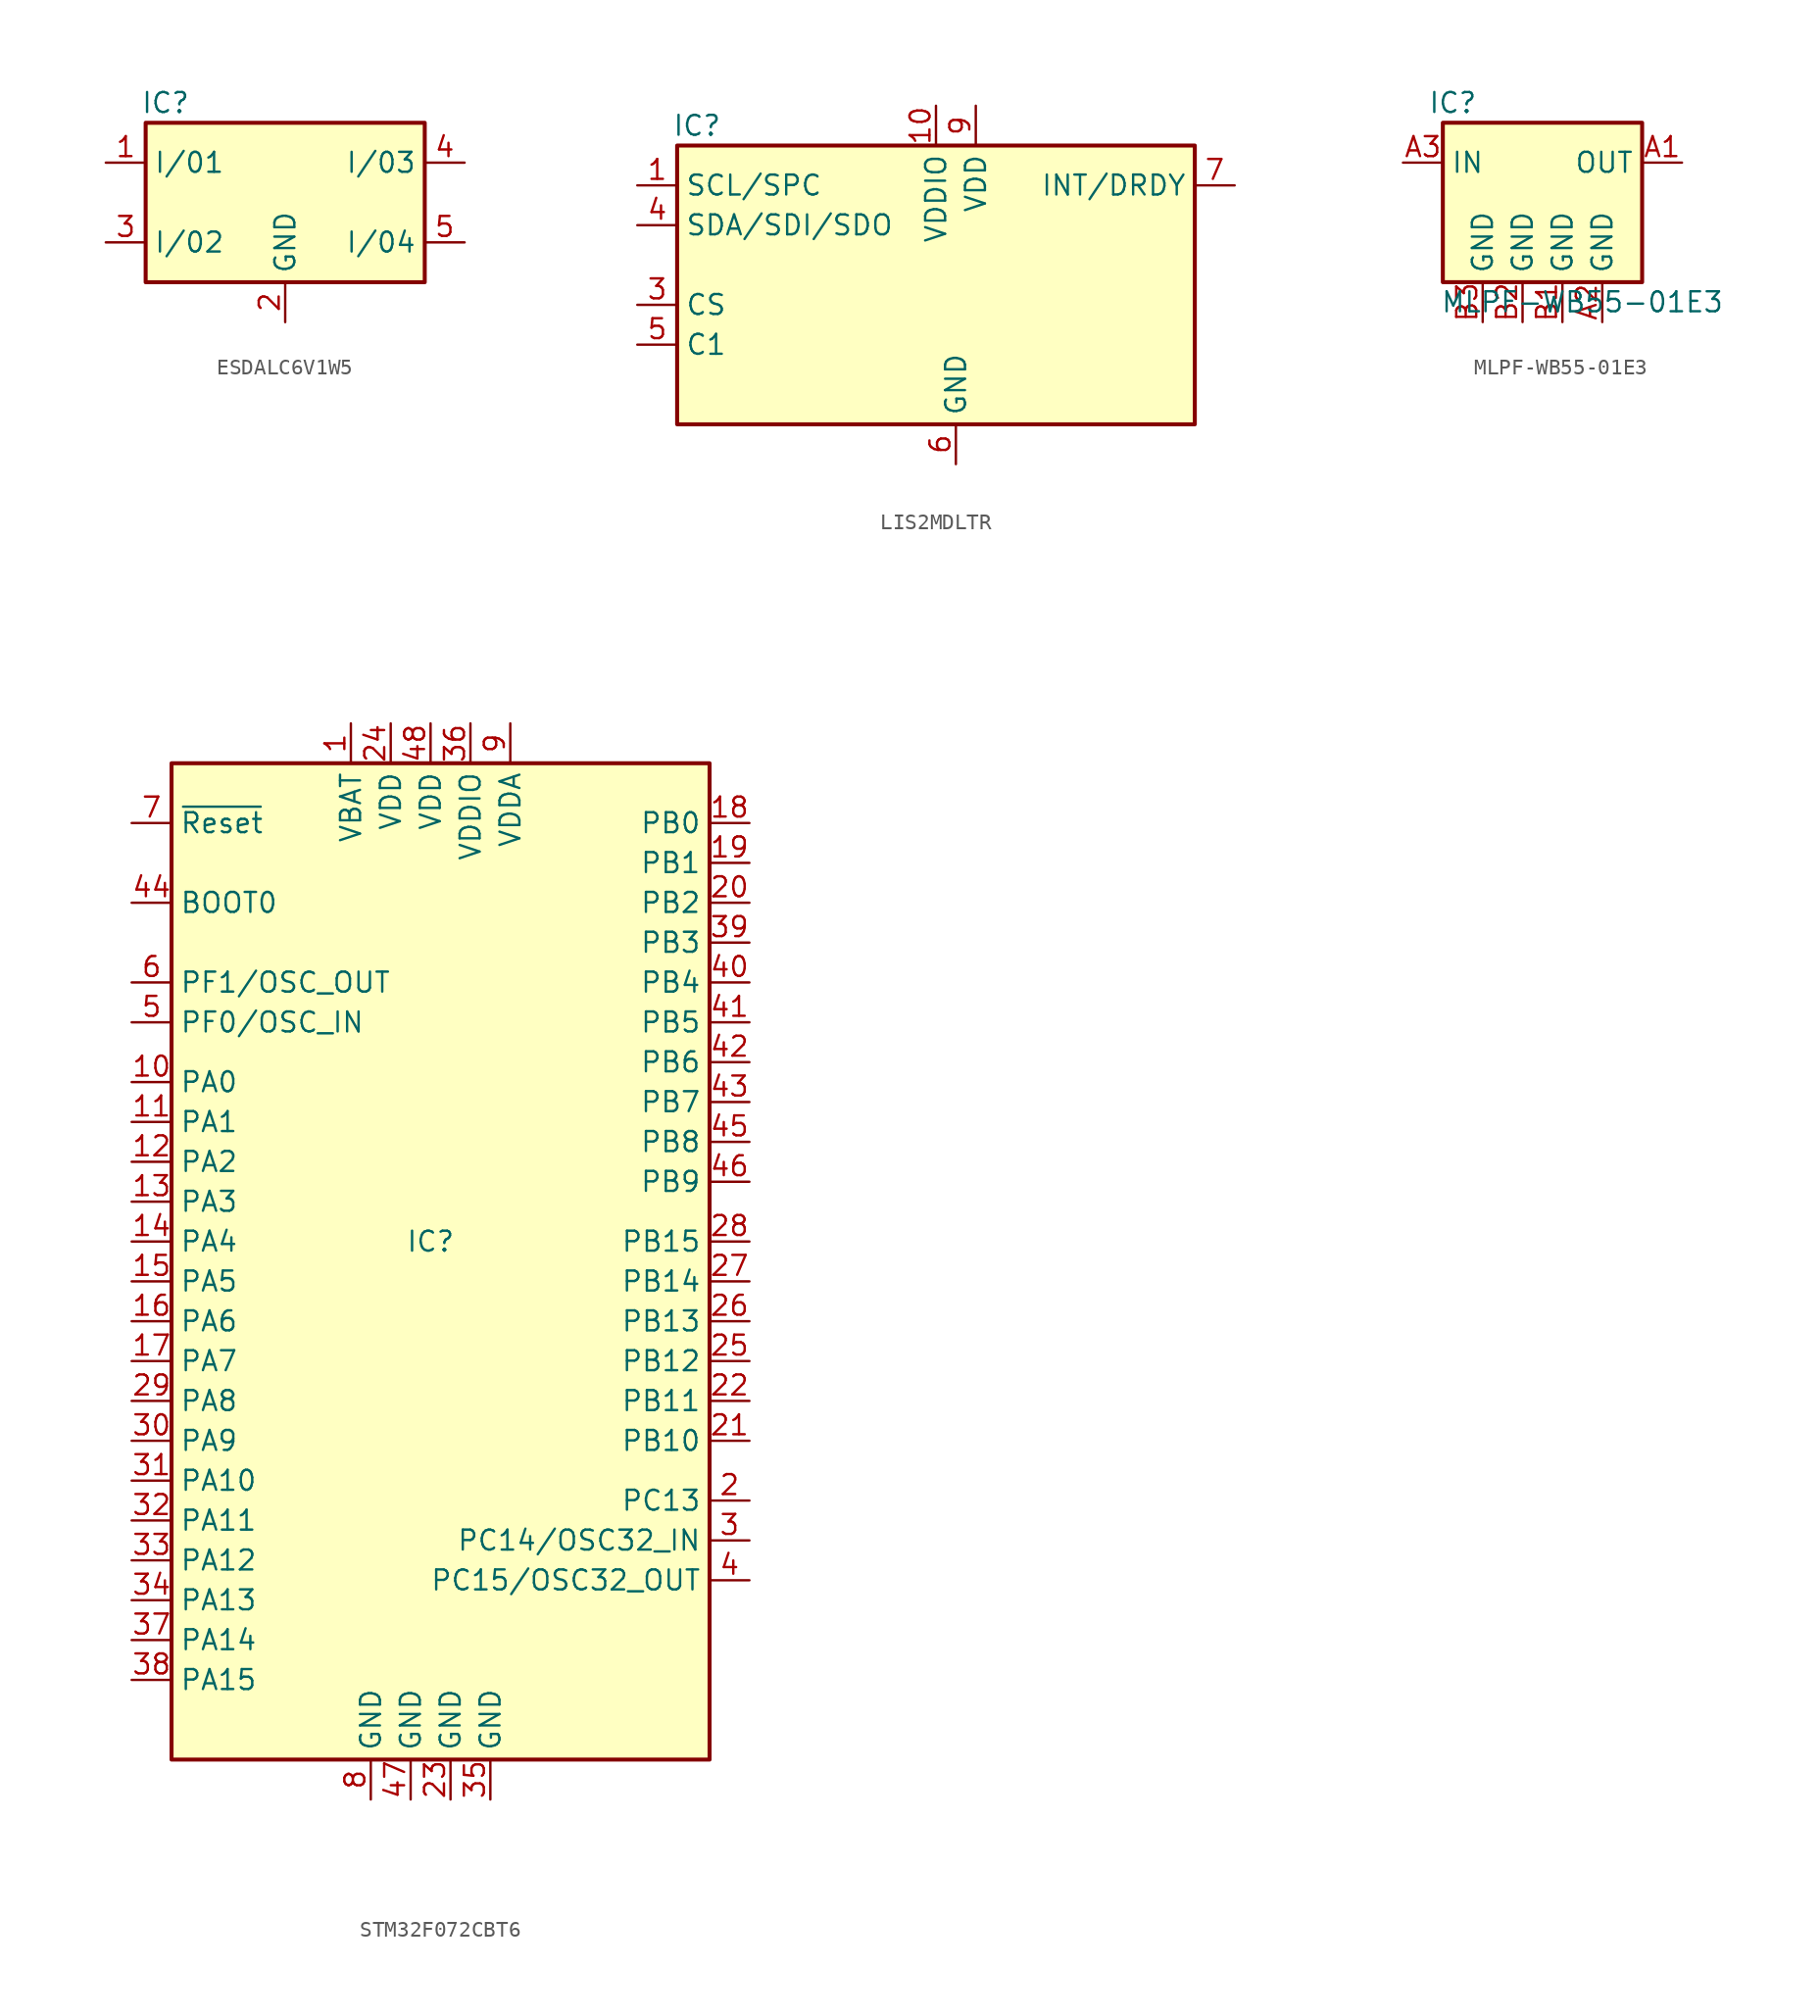
<source format=kicad_sym>
(kicad_symbol_lib
  (version 20231120)
  (generator "kicad_symbol_editor")
  (generator_version "8.0")
  (symbol "ESDALC6V1W5"
    (property "Reference" "IC"
      (at -7.62 6.35 0)
      (effects (font (size 1.27 1.27))))
    (property "Value" ""
      (at 0 0 0)
      (effects (font (size 1.27 1.27))))
    (symbol "ESDALC6V1W5_1_0"
      (pin bidirectional line (at -11.43 2.54 0) (length 2.54) (name "I/01" (effects (font (size 1.27 1.27)))) (number "1" (effects (font (size 1.27 1.27)))))
      (pin power_in line (at 0 -7.62 90) (length 2.54) (name "GND" (effects (font (size 1.27 1.27)))) (number "2" (effects (font (size 1.27 1.27)))))
      (pin bidirectional line (at -11.43 -2.54 0) (length 2.54) (name "I/02" (effects (font (size 1.27 1.27)))) (number "3" (effects (font (size 1.27 1.27)))))
      (pin bidirectional line (at 11.43 2.54 180) (length 2.54) (name "I/03" (effects (font (size 1.27 1.27)))) (number "4" (effects (font (size 1.27 1.27)))))
      (pin bidirectional line (at 11.43 -2.54 180) (length 2.54) (name "I/04" (effects (font (size 1.27 1.27)))) (number "5" (effects (font (size 1.27 1.27))))))
    (symbol "ESDALC6V1W5_1_1"
      (polyline (pts (xy -8.89 5.08) (xy 8.89 5.08) (xy 8.89 -5.08) (xy -8.89 -5.08) (xy -8.89 5.08)) (stroke (width 0.254) (type default)) (fill (type background)))))
  (symbol "LIS2MDLTR"
    (property "Reference" "IC"
      (at -16.51 11.43 0)
      (effects (font (size 1.27 1.27))))
    (property "Value" ""
      (at 0 0 0)
      (effects (font (size 1.27 1.27))))
    (symbol "LIS2MDLTR_1_0"
      (pin passive line (at -20.32 7.62 0) (length 2.54) (name "SCL/SPC" (effects (font (size 1.27 1.27)))) (number "1" (effects (font (size 1.27 1.27)))))
      (pin power_in line (at -1.27 12.7 270) (length 2.54) (name "VDDIO" (effects (font (size 1.27 1.27)))) (number "10" (effects (font (size 1.27 1.27)))))
      (pin no_connect line (at 17.78 -2.54 180) (length 2.54) hide (name "NC" (effects (font (size 1.27 1.27)))) (number "11" (effects (font (size 1.27 1.27)))))
      (pin no_connect line (at 17.78 -5.08 180) (length 2.54) hide (name "NC" (effects (font (size 1.27 1.27)))) (number "12" (effects (font (size 1.27 1.27)))))
      (pin no_connect line (at 17.78 0 180) (length 2.54) hide (name "NC" (effects (font (size 1.27 1.27)))) (number "2" (effects (font (size 1.27 1.27)))))
      (pin passive line (at -20.32 0 0) (length 2.54) (name "CS" (effects (font (size 1.27 1.27)))) (number "3" (effects (font (size 1.27 1.27)))))
      (pin passive line (at -20.32 5.08 0) (length 2.54) (name "SDA/SDI/SDO" (effects (font (size 1.27 1.27)))) (number "4" (effects (font (size 1.27 1.27)))))
      (pin passive line (at -20.32 -2.54 0) (length 2.54) (name "C1" (effects (font (size 1.27 1.27)))) (number "5" (effects (font (size 1.27 1.27)))))
      (pin passive line (at 0 -10.16 90) (length 2.54) (name "GND" (effects (font (size 1.27 1.27)))) (number "6" (effects (font (size 1.27 1.27)))))
      (pin passive line (at 17.78 7.62 180) (length 2.54) (name "INT/DRDY" (effects (font (size 1.27 1.27)))) (number "7" (effects (font (size 1.27 1.27)))))
      (pin passive line (at 0 -10.16 90) (length 2.54) hide (name "GND" (effects (font (size 1.27 1.27)))) (number "8" (effects (font (size 1.27 1.27)))))
      (pin power_in line (at 1.27 12.7 270) (length 2.54) (name "VDD" (effects (font (size 1.27 1.27)))) (number "9" (effects (font (size 1.27 1.27))))))
    (symbol "LIS2MDLTR_1_1"
      (polyline (pts (xy -17.78 10.16) (xy 15.24 10.16) (xy 15.24 -7.62) (xy -17.78 -7.62) (xy -17.78 10.16)) (stroke (width 0.254) (type default)) (fill (type background)))))
  (symbol "MLPF-WB55-01E3"
    (property "Reference" "IC"
      (at -5.715 3.81 0)
      (effects (font (size 1.27 1.27))))
    (property "Value" "MLPF-WB55-01E3"
      (at 2.54 -8.89 0)
      (effects (font (size 1.27 1.27))))
    (symbol "MLPF-WB55-01E3_1_1"
      (rectangle (start -6.35 2.54) (end 6.35 -7.62) (stroke (width 0.254) (type default)) (fill (type background)))
      (pin output line (at 8.89 0 180) (length 2.54) (name "OUT" (effects (font (size 1.27 1.27)))) (number "A1" (effects (font (size 1.27 1.27)))))
      (pin passive line (at 3.81 -10.16 90) (length 2.54) (name "GND" (effects (font (size 1.27 1.27)))) (number "A2" (effects (font (size 1.27 1.27)))))
      (pin input line (at -8.89 0 0) (length 2.54) (name "IN" (effects (font (size 1.27 1.27)))) (number "A3" (effects (font (size 1.27 1.27)))))
      (pin passive line (at 1.27 -10.16 90) (length 2.54) (name "GND" (effects (font (size 1.27 1.27)))) (number "B1" (effects (font (size 1.27 1.27)))))
      (pin passive line (at -1.27 -10.16 90) (length 2.54) (name "GND" (effects (font (size 1.27 1.27)))) (number "B2" (effects (font (size 1.27 1.27)))))
      (pin passive line (at -3.81 -10.16 90) (length 2.54) (name "GND" (effects (font (size 1.27 1.27)))) (number "B3" (effects (font (size 1.27 1.27)))))))
  (symbol "STM32F072CBT6"
    (property "Reference" "IC"
      (at 0 0 0)
      (effects (font (size 1.27 1.27))))
    (property "Value" ""
      (at 0 0 0)
      (effects (font (size 1.27 1.27))))
    (symbol "STM32F072CBT6_1_0"
      (pin power_in line (at -5.08 33.02 270) (length 2.54) (name "VBAT" (effects (font (size 1.27 1.27)))) (number "1" (effects (font (size 1.27 1.27)))))
      (pin bidirectional line (at -19.05 10.16 0) (length 2.54) (name "PA0" (effects (font (size 1.27 1.27)))) (number "10" (effects (font (size 1.27 1.27)))))
      (pin bidirectional line (at -19.05 7.62 0) (length 2.54) (name "PA1" (effects (font (size 1.27 1.27)))) (number "11" (effects (font (size 1.27 1.27)))))
      (pin bidirectional line (at -19.05 5.08 0) (length 2.54) (name "PA2" (effects (font (size 1.27 1.27)))) (number "12" (effects (font (size 1.27 1.27)))))
      (pin bidirectional line (at -19.05 2.54 0) (length 2.54) (name "PA3" (effects (font (size 1.27 1.27)))) (number "13" (effects (font (size 1.27 1.27)))))
      (pin bidirectional line (at -19.05 0 0) (length 2.54) (name "PA4" (effects (font (size 1.27 1.27)))) (number "14" (effects (font (size 1.27 1.27)))))
      (pin bidirectional line (at -19.05 -2.54 0) (length 2.54) (name "PA5" (effects (font (size 1.27 1.27)))) (number "15" (effects (font (size 1.27 1.27)))))
      (pin bidirectional line (at -19.05 -5.08 0) (length 2.54) (name "PA6" (effects (font (size 1.27 1.27)))) (number "16" (effects (font (size 1.27 1.27)))))
      (pin bidirectional line (at -19.05 -7.62 0) (length 2.54) (name "PA7" (effects (font (size 1.27 1.27)))) (number "17" (effects (font (size 1.27 1.27)))))
      (pin bidirectional line (at 20.32 26.67 180) (length 2.54) (name "PB0" (effects (font (size 1.27 1.27)))) (number "18" (effects (font (size 1.27 1.27)))))
      (pin bidirectional line (at 20.32 24.13 180) (length 2.54) (name "PB1" (effects (font (size 1.27 1.27)))) (number "19" (effects (font (size 1.27 1.27)))))
      (pin bidirectional line (at 20.32 -16.51 180) (length 2.54) (name "PC13" (effects (font (size 1.27 1.27)))) (number "2" (effects (font (size 1.27 1.27)))))
      (pin bidirectional line (at 20.32 21.59 180) (length 2.54) (name "PB2" (effects (font (size 1.27 1.27)))) (number "20" (effects (font (size 1.27 1.27)))))
      (pin bidirectional line (at 20.32 -12.7 180) (length 2.54) (name "PB10" (effects (font (size 1.27 1.27)))) (number "21" (effects (font (size 1.27 1.27)))))
      (pin bidirectional line (at 20.32 -10.16 180) (length 2.54) (name "PB11" (effects (font (size 1.27 1.27)))) (number "22" (effects (font (size 1.27 1.27)))))
      (pin passive line (at 1.27 -35.56 90) (length 2.54) (name "GND" (effects (font (size 1.27 1.27)))) (number "23" (effects (font (size 1.27 1.27)))))
      (pin power_in line (at -2.54 33.02 270) (length 2.54) (name "VDD" (effects (font (size 1.27 1.27)))) (number "24" (effects (font (size 1.27 1.27)))))
      (pin bidirectional line (at 20.32 -7.62 180) (length 2.54) (name "PB12" (effects (font (size 1.27 1.27)))) (number "25" (effects (font (size 1.27 1.27)))))
      (pin bidirectional line (at 20.32 -5.08 180) (length 2.54) (name "PB13" (effects (font (size 1.27 1.27)))) (number "26" (effects (font (size 1.27 1.27)))))
      (pin bidirectional line (at 20.32 -2.54 180) (length 2.54) (name "PB14" (effects (font (size 1.27 1.27)))) (number "27" (effects (font (size 1.27 1.27)))))
      (pin bidirectional line (at 20.32 0 180) (length 2.54) (name "PB15" (effects (font (size 1.27 1.27)))) (number "28" (effects (font (size 1.27 1.27)))))
      (pin bidirectional line (at -19.05 -10.16 0) (length 2.54) (name "PA8" (effects (font (size 1.27 1.27)))) (number "29" (effects (font (size 1.27 1.27)))))
      (pin bidirectional line (at 20.32 -19.05 180) (length 2.54) (name "PC14/OSC32_IN" (effects (font (size 1.27 1.27)))) (number "3" (effects (font (size 1.27 1.27)))))
      (pin bidirectional line (at -19.05 -12.7 0) (length 2.54) (name "PA9" (effects (font (size 1.27 1.27)))) (number "30" (effects (font (size 1.27 1.27)))))
      (pin bidirectional line (at -19.05 -15.24 0) (length 2.54) (name "PA10" (effects (font (size 1.27 1.27)))) (number "31" (effects (font (size 1.27 1.27)))))
      (pin bidirectional line (at -19.05 -17.78 0) (length 2.54) (name "PA11" (effects (font (size 1.27 1.27)))) (number "32" (effects (font (size 1.27 1.27)))))
      (pin bidirectional line (at -19.05 -20.32 0) (length 2.54) (name "PA12" (effects (font (size 1.27 1.27)))) (number "33" (effects (font (size 1.27 1.27)))))
      (pin bidirectional line (at -19.05 -22.86 0) (length 2.54) (name "PA13" (effects (font (size 1.27 1.27)))) (number "34" (effects (font (size 1.27 1.27)))))
      (pin passive line (at 3.81 -35.56 90) (length 2.54) (name "GND" (effects (font (size 1.27 1.27)))) (number "35" (effects (font (size 1.27 1.27)))))
      (pin power_in line (at 2.54 33.02 270) (length 2.54) (name "VDDIO" (effects (font (size 1.27 1.27)))) (number "36" (effects (font (size 1.27 1.27)))))
      (pin bidirectional line (at -19.05 -25.4 0) (length 2.54) (name "PA14" (effects (font (size 1.27 1.27)))) (number "37" (effects (font (size 1.27 1.27)))))
      (pin bidirectional line (at -19.05 -27.94 0) (length 2.54) (name "PA15" (effects (font (size 1.27 1.27)))) (number "38" (effects (font (size 1.27 1.27)))))
      (pin bidirectional line (at 20.32 19.05 180) (length 2.54) (name "PB3" (effects (font (size 1.27 1.27)))) (number "39" (effects (font (size 1.27 1.27)))))
      (pin bidirectional line (at 20.32 -21.59 180) (length 2.54) (name "PC15/OSC32_OUT" (effects (font (size 1.27 1.27)))) (number "4" (effects (font (size 1.27 1.27)))))
      (pin bidirectional line (at 20.32 16.51 180) (length 2.54) (name "PB4" (effects (font (size 1.27 1.27)))) (number "40" (effects (font (size 1.27 1.27)))))
      (pin bidirectional line (at 20.32 13.97 180) (length 2.54) (name "PB5" (effects (font (size 1.27 1.27)))) (number "41" (effects (font (size 1.27 1.27)))))
      (pin bidirectional line (at 20.32 11.43 180) (length 2.54) (name "PB6" (effects (font (size 1.27 1.27)))) (number "42" (effects (font (size 1.27 1.27)))))
      (pin bidirectional line (at 20.32 8.89 180) (length 2.54) (name "PB7" (effects (font (size 1.27 1.27)))) (number "43" (effects (font (size 1.27 1.27)))))
      (pin input line (at -19.05 21.59 0) (length 2.54) (name "BOOT0" (effects (font (size 1.27 1.27)))) (number "44" (effects (font (size 1.27 1.27)))))
      (pin bidirectional line (at 20.32 6.35 180) (length 2.54) (name "PB8" (effects (font (size 1.27 1.27)))) (number "45" (effects (font (size 1.27 1.27)))))
      (pin bidirectional line (at 20.32 3.81 180) (length 2.54) (name "PB9" (effects (font (size 1.27 1.27)))) (number "46" (effects (font (size 1.27 1.27)))))
      (pin passive line (at -1.27 -35.56 90) (length 2.54) (name "GND" (effects (font (size 1.27 1.27)))) (number "47" (effects (font (size 1.27 1.27)))))
      (pin power_in line (at 0 33.02 270) (length 2.54) (name "VDD" (effects (font (size 1.27 1.27)))) (number "48" (effects (font (size 1.27 1.27)))))
      (pin bidirectional line (at -19.05 13.97 0) (length 2.54) (name "PF0/OSC_IN" (effects (font (size 1.27 1.27)))) (number "5" (effects (font (size 1.27 1.27)))))
      (pin bidirectional line (at -19.05 16.51 0) (length 2.54) (name "PF1/OSC_OUT" (effects (font (size 1.27 1.27)))) (number "6" (effects (font (size 1.27 1.27)))))
      (pin input line (at -19.05 26.67 0) (length 2.54) (name "~{Reset}" (effects (font (size 1.27 1.27)))) (number "7" (effects (font (size 1.27 1.27)))))
      (pin passive line (at -3.81 -35.56 90) (length 2.54) (name "GND" (effects (font (size 1.27 1.27)))) (number "8" (effects (font (size 1.27 1.27)))))
      (pin power_in line (at 5.08 33.02 270) (length 2.54) (name "VDDA" (effects (font (size 1.27 1.27)))) (number "9" (effects (font (size 1.27 1.27))))))
    (symbol "STM32F072CBT6_1_1"
      (polyline (pts (xy -16.51 30.48) (xy 17.78 30.48) (xy 17.78 -33.02) (xy -16.51 -33.02) (xy -16.51 30.48)) (stroke (width 0.254) (type default)) (fill (type background))))))
</source>
